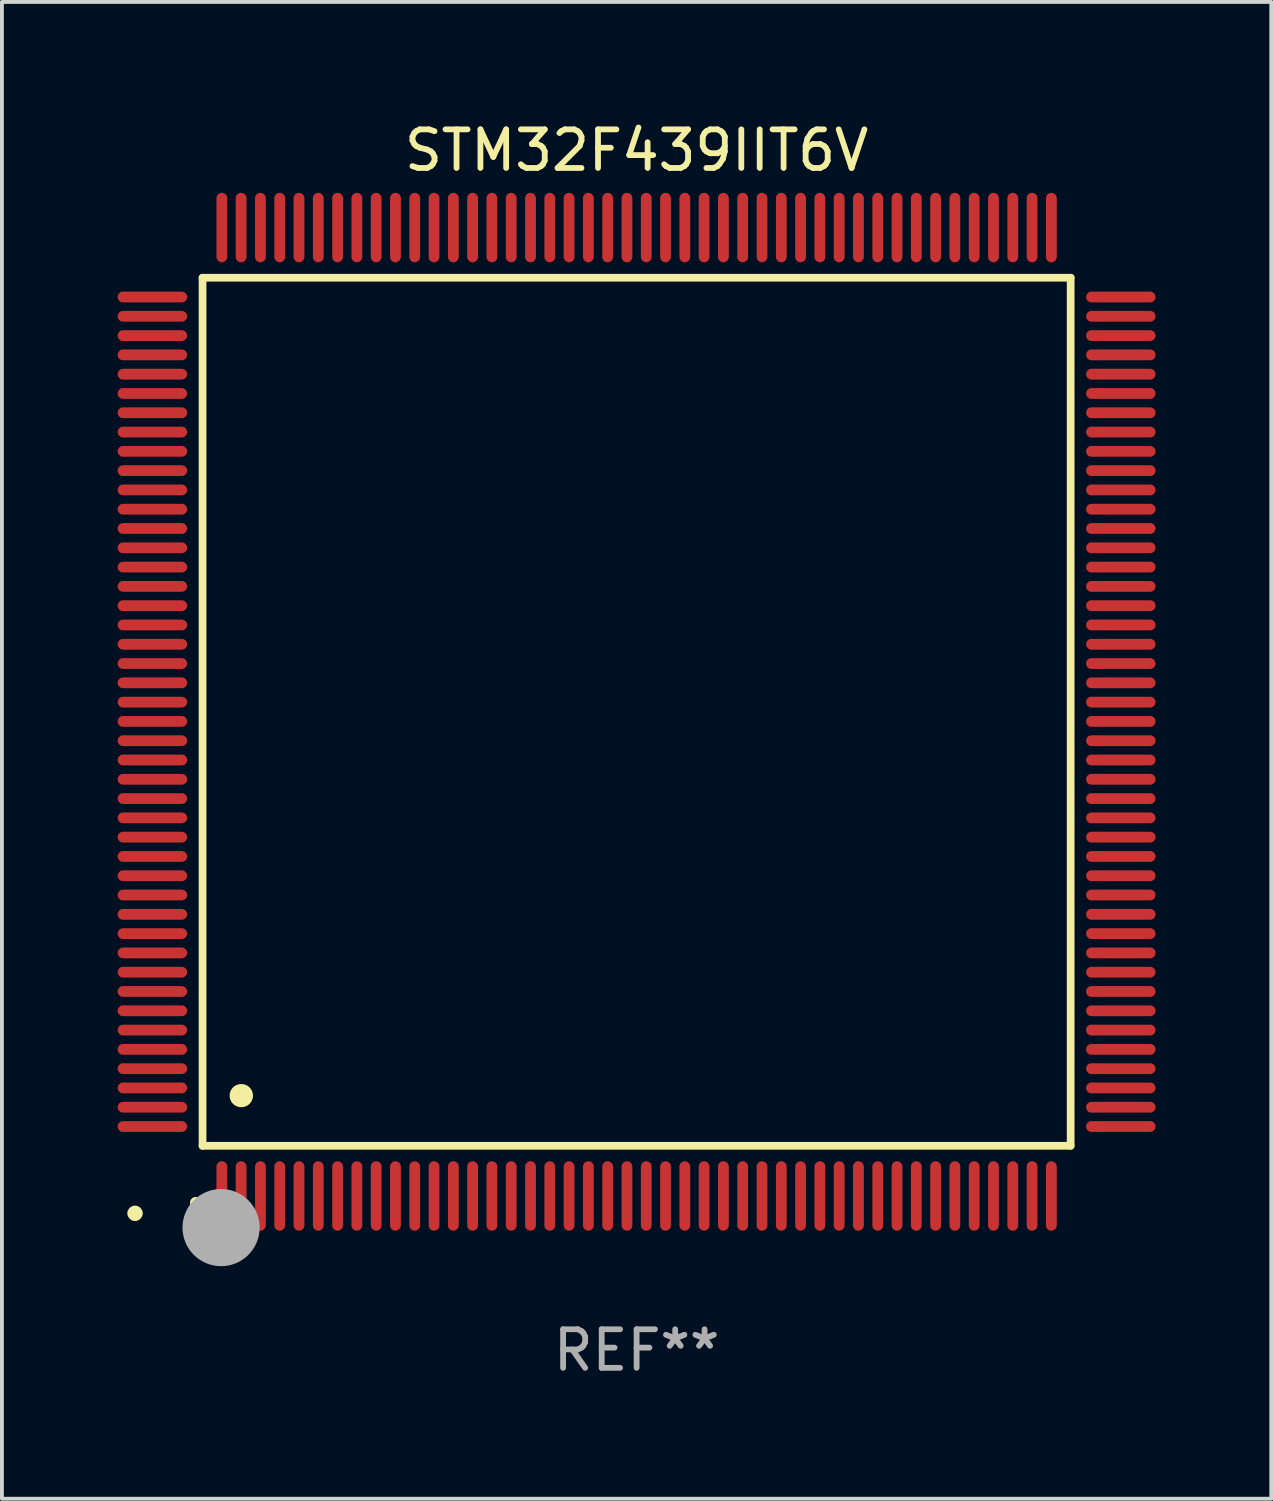
<source format=kicad_pcb>
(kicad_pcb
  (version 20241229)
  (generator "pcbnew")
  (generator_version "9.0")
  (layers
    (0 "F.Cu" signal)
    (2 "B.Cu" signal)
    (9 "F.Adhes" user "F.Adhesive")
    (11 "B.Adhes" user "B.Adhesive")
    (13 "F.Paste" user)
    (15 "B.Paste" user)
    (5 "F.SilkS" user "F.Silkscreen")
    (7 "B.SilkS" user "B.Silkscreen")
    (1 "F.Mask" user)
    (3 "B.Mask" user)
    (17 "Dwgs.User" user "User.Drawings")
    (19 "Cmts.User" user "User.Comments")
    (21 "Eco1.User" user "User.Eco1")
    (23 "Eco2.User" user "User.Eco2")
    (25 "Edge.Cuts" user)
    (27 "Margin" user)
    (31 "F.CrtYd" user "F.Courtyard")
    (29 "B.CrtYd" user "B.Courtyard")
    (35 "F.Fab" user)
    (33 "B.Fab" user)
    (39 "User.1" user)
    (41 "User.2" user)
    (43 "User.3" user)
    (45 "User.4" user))
  (footprint "STM32F439IIT6V"
    (layer "F.Cu")
    (at 13.45 15.398)
    (property "Reference" "STM32F439IIT6V" (at 0 -14.55 0) (layer "F.SilkS") (effects (font (size 1 1) (thickness 0.15))))
    (attr through_hole)
    (fp_line (start -11.25 -11.25) (end 11.25 -11.25) (stroke (width 0.2) (type solid)) (layer "F.SilkS"))
    (fp_line (start -11.25 11.25) (end -11.25 -11.25) (stroke (width 0.2) (type solid)) (layer "F.SilkS"))
    (fp_line (start 11.25 -11.25) (end 11.25 11.25) (stroke (width 0.2) (type solid)) (layer "F.SilkS"))
    (fp_line (start 11.25 11.25) (end -11.25 11.25) (stroke (width 0.2) (type solid)) (layer "F.SilkS"))
    (fp_arc (start -11.424943 12.725425) (mid -11.423673 12.72542) (end -11.422403 12.725425) (stroke (width 0.3) (type solid)) (layer "F.SilkS"))
    (fp_arc (start -10.24892 9.9492) (mid -10.24638 9.949189) (end -10.24384 9.9492) (stroke (width 0.6) (type solid)) (layer "F.SilkS"))
    (fp_circle (center -13 13) (end -12.9 13) (stroke (width 0.2) (type solid)) (fill no) (layer "F.SilkS"))
    (fp_circle (center -10.77 13.37) (end -10.27 13.37) (stroke (width 1) (type solid)) (fill no) (layer "F.Fab"))
    (fp_text user "REF**" (at 0 16.55 0) (layer "F.Fab") (effects (font (size 1 1) (thickness 0.15))))
    (pad "1" smd oval (at -10.75 12.55) (size 0.28 1.8) (layers "F.Cu" "F.Mask" "F.Paste"))
    (pad "2" smd oval (at -10.25 12.55) (size 0.28 1.8) (layers "F.Cu" "F.Mask" "F.Paste"))
    (pad "3" smd oval (at -9.75 12.55) (size 0.28 1.8) (layers "F.Cu" "F.Mask" "F.Paste"))
    (pad "4" smd oval (at -9.25 12.55) (size 0.28 1.8) (layers "F.Cu" "F.Mask" "F.Paste"))
    (pad "5" smd oval (at -8.75 12.55) (size 0.28 1.8) (layers "F.Cu" "F.Mask" "F.Paste"))
    (pad "6" smd oval (at -8.25 12.55) (size 0.28 1.8) (layers "F.Cu" "F.Mask" "F.Paste"))
    (pad "7" smd oval (at -7.75 12.55) (size 0.28 1.8) (layers "F.Cu" "F.Mask" "F.Paste"))
    (pad "8" smd oval (at -7.25 12.55) (size 0.28 1.8) (layers "F.Cu" "F.Mask" "F.Paste"))
    (pad "9" smd oval (at -6.75 12.55) (size 0.28 1.8) (layers "F.Cu" "F.Mask" "F.Paste"))
    (pad "10" smd oval (at -6.25 12.55) (size 0.28 1.8) (layers "F.Cu" "F.Mask" "F.Paste"))
    (pad "11" smd oval (at -5.75 12.55) (size 0.28 1.8) (layers "F.Cu" "F.Mask" "F.Paste"))
    (pad "12" smd oval (at -5.25 12.55) (size 0.28 1.8) (layers "F.Cu" "F.Mask" "F.Paste"))
    (pad "13" smd oval (at -4.75 12.55) (size 0.28 1.8) (layers "F.Cu" "F.Mask" "F.Paste"))
    (pad "14" smd oval (at -4.25 12.55) (size 0.28 1.8) (layers "F.Cu" "F.Mask" "F.Paste"))
    (pad "15" smd oval (at -3.75 12.55) (size 0.28 1.8) (layers "F.Cu" "F.Mask" "F.Paste"))
    (pad "16" smd oval (at -3.25 12.55) (size 0.28 1.8) (layers "F.Cu" "F.Mask" "F.Paste"))
    (pad "17" smd oval (at -2.75 12.55) (size 0.28 1.8) (layers "F.Cu" "F.Mask" "F.Paste"))
    (pad "18" smd oval (at -2.25 12.55) (size 0.28 1.8) (layers "F.Cu" "F.Mask" "F.Paste"))
    (pad "19" smd oval (at -1.75 12.55) (size 0.28 1.8) (layers "F.Cu" "F.Mask" "F.Paste"))
    (pad "20" smd oval (at -1.25 12.55) (size 0.28 1.8) (layers "F.Cu" "F.Mask" "F.Paste"))
    (pad "21" smd oval (at -0.75 12.55) (size 0.28 1.8) (layers "F.Cu" "F.Mask" "F.Paste"))
    (pad "22" smd oval (at -0.25 12.55) (size 0.28 1.8) (layers "F.Cu" "F.Mask" "F.Paste"))
    (pad "23" smd oval (at 0.25 12.55) (size 0.28 1.8) (layers "F.Cu" "F.Mask" "F.Paste"))
    (pad "24" smd oval (at 0.75 12.55) (size 0.28 1.8) (layers "F.Cu" "F.Mask" "F.Paste"))
    (pad "25" smd oval (at 1.25 12.55) (size 0.28 1.8) (layers "F.Cu" "F.Mask" "F.Paste"))
    (pad "26" smd oval (at 1.75 12.55) (size 0.28 1.8) (layers "F.Cu" "F.Mask" "F.Paste"))
    (pad "27" smd oval (at 2.25 12.55) (size 0.28 1.8) (layers "F.Cu" "F.Mask" "F.Paste"))
    (pad "28" smd oval (at 2.75 12.55) (size 0.28 1.8) (layers "F.Cu" "F.Mask" "F.Paste"))
    (pad "29" smd oval (at 3.25 12.55) (size 0.28 1.8) (layers "F.Cu" "F.Mask" "F.Paste"))
    (pad "30" smd oval (at 3.75 12.55) (size 0.28 1.8) (layers "F.Cu" "F.Mask" "F.Paste"))
    (pad "31" smd oval (at 4.25 12.55) (size 0.28 1.8) (layers "F.Cu" "F.Mask" "F.Paste"))
    (pad "32" smd oval (at 4.75 12.55) (size 0.28 1.8) (layers "F.Cu" "F.Mask" "F.Paste"))
    (pad "33" smd oval (at 5.25 12.55) (size 0.28 1.8) (layers "F.Cu" "F.Mask" "F.Paste"))
    (pad "34" smd oval (at 5.75 12.55) (size 0.28 1.8) (layers "F.Cu" "F.Mask" "F.Paste"))
    (pad "35" smd oval (at 6.25 12.55) (size 0.28 1.8) (layers "F.Cu" "F.Mask" "F.Paste"))
    (pad "36" smd oval (at 6.75 12.55) (size 0.28 1.8) (layers "F.Cu" "F.Mask" "F.Paste"))
    (pad "37" smd oval (at 7.25 12.55) (size 0.28 1.8) (layers "F.Cu" "F.Mask" "F.Paste"))
    (pad "38" smd oval (at 7.75 12.55) (size 0.28 1.8) (layers "F.Cu" "F.Mask" "F.Paste"))
    (pad "39" smd oval (at 8.25 12.55) (size 0.28 1.8) (layers "F.Cu" "F.Mask" "F.Paste"))
    (pad "40" smd oval (at 8.75 12.55) (size 0.28 1.8) (layers "F.Cu" "F.Mask" "F.Paste"))
    (pad "41" smd oval (at 9.25 12.55) (size 0.28 1.8) (layers "F.Cu" "F.Mask" "F.Paste"))
    (pad "42" smd oval (at 9.75 12.55) (size 0.28 1.8) (layers "F.Cu" "F.Mask" "F.Paste"))
    (pad "43" smd oval (at 10.25 12.55) (size 0.28 1.8) (layers "F.Cu" "F.Mask" "F.Paste"))
    (pad "44" smd oval (at 10.75 12.55) (size 0.28 1.8) (layers "F.Cu" "F.Mask" "F.Paste"))
    (pad "45" smd oval (at 12.55 10.75) (size 1.8 0.28) (layers "F.Cu" "F.Mask" "F.Paste"))
    (pad "46" smd oval (at 12.55 10.25) (size 1.8 0.28) (layers "F.Cu" "F.Mask" "F.Paste"))
    (pad "47" smd oval (at 12.55 9.75) (size 1.8 0.28) (layers "F.Cu" "F.Mask" "F.Paste"))
    (pad "48" smd oval (at 12.55 9.25) (size 1.8 0.28) (layers "F.Cu" "F.Mask" "F.Paste"))
    (pad "49" smd oval (at 12.55 8.75) (size 1.8 0.28) (layers "F.Cu" "F.Mask" "F.Paste"))
    (pad "50" smd oval (at 12.55 8.25) (size 1.8 0.28) (layers "F.Cu" "F.Mask" "F.Paste"))
    (pad "51" smd oval (at 12.55 7.75) (size 1.8 0.28) (layers "F.Cu" "F.Mask" "F.Paste"))
    (pad "52" smd oval (at 12.55 7.25) (size 1.8 0.28) (layers "F.Cu" "F.Mask" "F.Paste"))
    (pad "53" smd oval (at 12.55 6.75) (size 1.8 0.28) (layers "F.Cu" "F.Mask" "F.Paste"))
    (pad "54" smd oval (at 12.55 6.25) (size 1.8 0.28) (layers "F.Cu" "F.Mask" "F.Paste"))
    (pad "55" smd oval (at 12.55 5.75) (size 1.8 0.28) (layers "F.Cu" "F.Mask" "F.Paste"))
    (pad "56" smd oval (at 12.55 5.25) (size 1.8 0.28) (layers "F.Cu" "F.Mask" "F.Paste"))
    (pad "57" smd oval (at 12.55 4.75) (size 1.8 0.28) (layers "F.Cu" "F.Mask" "F.Paste"))
    (pad "58" smd oval (at 12.55 4.25) (size 1.8 0.28) (layers "F.Cu" "F.Mask" "F.Paste"))
    (pad "59" smd oval (at 12.55 3.75) (size 1.8 0.28) (layers "F.Cu" "F.Mask" "F.Paste"))
    (pad "60" smd oval (at 12.55 3.25) (size 1.8 0.28) (layers "F.Cu" "F.Mask" "F.Paste"))
    (pad "61" smd oval (at 12.55 2.75) (size 1.8 0.28) (layers "F.Cu" "F.Mask" "F.Paste"))
    (pad "62" smd oval (at 12.55 2.25) (size 1.8 0.28) (layers "F.Cu" "F.Mask" "F.Paste"))
    (pad "63" smd oval (at 12.55 1.75) (size 1.8 0.28) (layers "F.Cu" "F.Mask" "F.Paste"))
    (pad "64" smd oval (at 12.55 1.25) (size 1.8 0.28) (layers "F.Cu" "F.Mask" "F.Paste"))
    (pad "65" smd oval (at 12.55 0.75) (size 1.8 0.28) (layers "F.Cu" "F.Mask" "F.Paste"))
    (pad "66" smd oval (at 12.55 0.25) (size 1.8 0.28) (layers "F.Cu" "F.Mask" "F.Paste"))
    (pad "67" smd oval (at 12.55 -0.25) (size 1.8 0.28) (layers "F.Cu" "F.Mask" "F.Paste"))
    (pad "68" smd oval (at 12.55 -0.75) (size 1.8 0.28) (layers "F.Cu" "F.Mask" "F.Paste"))
    (pad "69" smd oval (at 12.55 -1.25) (size 1.8 0.28) (layers "F.Cu" "F.Mask" "F.Paste"))
    (pad "70" smd oval (at 12.55 -1.75) (size 1.8 0.28) (layers "F.Cu" "F.Mask" "F.Paste"))
    (pad "71" smd oval (at 12.55 -2.25) (size 1.8 0.28) (layers "F.Cu" "F.Mask" "F.Paste"))
    (pad "72" smd oval (at 12.55 -2.75) (size 1.8 0.28) (layers "F.Cu" "F.Mask" "F.Paste"))
    (pad "73" smd oval (at 12.55 -3.25) (size 1.8 0.28) (layers "F.Cu" "F.Mask" "F.Paste"))
    (pad "74" smd oval (at 12.55 -3.75) (size 1.8 0.28) (layers "F.Cu" "F.Mask" "F.Paste"))
    (pad "75" smd oval (at 12.55 -4.25) (size 1.8 0.28) (layers "F.Cu" "F.Mask" "F.Paste"))
    (pad "76" smd oval (at 12.55 -4.75) (size 1.8 0.28) (layers "F.Cu" "F.Mask" "F.Paste"))
    (pad "77" smd oval (at 12.55 -5.25) (size 1.8 0.28) (layers "F.Cu" "F.Mask" "F.Paste"))
    (pad "78" smd oval (at 12.55 -5.75) (size 1.8 0.28) (layers "F.Cu" "F.Mask" "F.Paste"))
    (pad "79" smd oval (at 12.55 -6.25) (size 1.8 0.28) (layers "F.Cu" "F.Mask" "F.Paste"))
    (pad "80" smd oval (at 12.55 -6.75) (size 1.8 0.28) (layers "F.Cu" "F.Mask" "F.Paste"))
    (pad "81" smd oval (at 12.55 -7.25) (size 1.8 0.28) (layers "F.Cu" "F.Mask" "F.Paste"))
    (pad "82" smd oval (at 12.55 -7.75) (size 1.8 0.28) (layers "F.Cu" "F.Mask" "F.Paste"))
    (pad "83" smd oval (at 12.55 -8.25) (size 1.8 0.28) (layers "F.Cu" "F.Mask" "F.Paste"))
    (pad "84" smd oval (at 12.55 -8.75) (size 1.8 0.28) (layers "F.Cu" "F.Mask" "F.Paste"))
    (pad "85" smd oval (at 12.55 -9.25) (size 1.8 0.28) (layers "F.Cu" "F.Mask" "F.Paste"))
    (pad "86" smd oval (at 12.55 -9.75) (size 1.8 0.28) (layers "F.Cu" "F.Mask" "F.Paste"))
    (pad "87" smd oval (at 12.55 -10.25) (size 1.8 0.28) (layers "F.Cu" "F.Mask" "F.Paste"))
    (pad "88" smd oval (at 12.55 -10.75) (size 1.8 0.28) (layers "F.Cu" "F.Mask" "F.Paste"))
    (pad "89" smd oval (at 10.75 -12.55) (size 0.28 1.8) (layers "F.Cu" "F.Mask" "F.Paste"))
    (pad "90" smd oval (at 10.25 -12.55) (size 0.28 1.8) (layers "F.Cu" "F.Mask" "F.Paste"))
    (pad "91" smd oval (at 9.75 -12.55) (size 0.28 1.8) (layers "F.Cu" "F.Mask" "F.Paste"))
    (pad "92" smd oval (at 9.25 -12.55) (size 0.28 1.8) (layers "F.Cu" "F.Mask" "F.Paste"))
    (pad "93" smd oval (at 8.75 -12.55) (size 0.28 1.8) (layers "F.Cu" "F.Mask" "F.Paste"))
    (pad "94" smd oval (at 8.25 -12.55) (size 0.28 1.8) (layers "F.Cu" "F.Mask" "F.Paste"))
    (pad "95" smd oval (at 7.75 -12.55) (size 0.28 1.8) (layers "F.Cu" "F.Mask" "F.Paste"))
    (pad "96" smd oval (at 7.25 -12.55) (size 0.28 1.8) (layers "F.Cu" "F.Mask" "F.Paste"))
    (pad "97" smd oval (at 6.75 -12.55) (size 0.28 1.8) (layers "F.Cu" "F.Mask" "F.Paste"))
    (pad "98" smd oval (at 6.25 -12.55) (size 0.28 1.8) (layers "F.Cu" "F.Mask" "F.Paste"))
    (pad "99" smd oval (at 5.75 -12.55) (size 0.28 1.8) (layers "F.Cu" "F.Mask" "F.Paste"))
    (pad "100" smd oval (at 5.25 -12.55) (size 0.28 1.8) (layers "F.Cu" "F.Mask" "F.Paste"))
    (pad "101" smd oval (at 4.75 -12.55) (size 0.28 1.8) (layers "F.Cu" "F.Mask" "F.Paste"))
    (pad "102" smd oval (at 4.25 -12.55) (size 0.28 1.8) (layers "F.Cu" "F.Mask" "F.Paste"))
    (pad "103" smd oval (at 3.75 -12.55) (size 0.28 1.8) (layers "F.Cu" "F.Mask" "F.Paste"))
    (pad "104" smd oval (at 3.25 -12.55) (size 0.28 1.8) (layers "F.Cu" "F.Mask" "F.Paste"))
    (pad "105" smd oval (at 2.75 -12.55) (size 0.28 1.8) (layers "F.Cu" "F.Mask" "F.Paste"))
    (pad "106" smd oval (at 2.25 -12.55) (size 0.28 1.8) (layers "F.Cu" "F.Mask" "F.Paste"))
    (pad "107" smd oval (at 1.75 -12.55) (size 0.28 1.8) (layers "F.Cu" "F.Mask" "F.Paste"))
    (pad "108" smd oval (at 1.25 -12.55) (size 0.28 1.8) (layers "F.Cu" "F.Mask" "F.Paste"))
    (pad "109" smd oval (at 0.75 -12.55) (size 0.28 1.8) (layers "F.Cu" "F.Mask" "F.Paste"))
    (pad "110" smd oval (at 0.25 -12.55) (size 0.28 1.8) (layers "F.Cu" "F.Mask" "F.Paste"))
    (pad "111" smd oval (at -0.25 -12.55) (size 0.28 1.8) (layers "F.Cu" "F.Mask" "F.Paste"))
    (pad "112" smd oval (at -0.75 -12.55) (size 0.28 1.8) (layers "F.Cu" "F.Mask" "F.Paste"))
    (pad "113" smd oval (at -1.25 -12.55) (size 0.28 1.8) (layers "F.Cu" "F.Mask" "F.Paste"))
    (pad "114" smd oval (at -1.75 -12.55) (size 0.28 1.8) (layers "F.Cu" "F.Mask" "F.Paste"))
    (pad "115" smd oval (at -2.25 -12.55) (size 0.28 1.8) (layers "F.Cu" "F.Mask" "F.Paste"))
    (pad "116" smd oval (at -2.75 -12.55) (size 0.28 1.8) (layers "F.Cu" "F.Mask" "F.Paste"))
    (pad "117" smd oval (at -3.25 -12.55) (size 0.28 1.8) (layers "F.Cu" "F.Mask" "F.Paste"))
    (pad "118" smd oval (at -3.75 -12.55) (size 0.28 1.8) (layers "F.Cu" "F.Mask" "F.Paste"))
    (pad "119" smd oval (at -4.25 -12.55) (size 0.28 1.8) (layers "F.Cu" "F.Mask" "F.Paste"))
    (pad "120" smd oval (at -4.75 -12.55) (size 0.28 1.8) (layers "F.Cu" "F.Mask" "F.Paste"))
    (pad "121" smd oval (at -5.25 -12.55) (size 0.28 1.8) (layers "F.Cu" "F.Mask" "F.Paste"))
    (pad "122" smd oval (at -5.75 -12.55) (size 0.28 1.8) (layers "F.Cu" "F.Mask" "F.Paste"))
    (pad "123" smd oval (at -6.25 -12.55) (size 0.28 1.8) (layers "F.Cu" "F.Mask" "F.Paste"))
    (pad "124" smd oval (at -6.75 -12.55) (size 0.28 1.8) (layers "F.Cu" "F.Mask" "F.Paste"))
    (pad "125" smd oval (at -7.25 -12.55) (size 0.28 1.8) (layers "F.Cu" "F.Mask" "F.Paste"))
    (pad "126" smd oval (at -7.75 -12.55) (size 0.28 1.8) (layers "F.Cu" "F.Mask" "F.Paste"))
    (pad "127" smd oval (at -8.25 -12.55) (size 0.28 1.8) (layers "F.Cu" "F.Mask" "F.Paste"))
    (pad "128" smd oval (at -8.75 -12.55) (size 0.28 1.8) (layers "F.Cu" "F.Mask" "F.Paste"))
    (pad "129" smd oval (at -9.25 -12.55) (size 0.28 1.8) (layers "F.Cu" "F.Mask" "F.Paste"))
    (pad "130" smd oval (at -9.75 -12.55) (size 0.28 1.8) (layers "F.Cu" "F.Mask" "F.Paste"))
    (pad "131" smd oval (at -10.25 -12.55) (size 0.28 1.8) (layers "F.Cu" "F.Mask" "F.Paste"))
    (pad "132" smd oval (at -10.75 -12.55) (size 0.28 1.8) (layers "F.Cu" "F.Mask" "F.Paste"))
    (pad "133" smd oval (at -12.55 -10.75) (size 1.8 0.28) (layers "F.Cu" "F.Mask" "F.Paste"))
    (pad "134" smd oval (at -12.55 -10.25) (size 1.8 0.28) (layers "F.Cu" "F.Mask" "F.Paste"))
    (pad "135" smd oval (at -12.55 -9.75) (size 1.8 0.28) (layers "F.Cu" "F.Mask" "F.Paste"))
    (pad "136" smd oval (at -12.55 -9.25) (size 1.8 0.28) (layers "F.Cu" "F.Mask" "F.Paste"))
    (pad "137" smd oval (at -12.55 -8.75) (size 1.8 0.28) (layers "F.Cu" "F.Mask" "F.Paste"))
    (pad "138" smd oval (at -12.55 -8.25) (size 1.8 0.28) (layers "F.Cu" "F.Mask" "F.Paste"))
    (pad "139" smd oval (at -12.55 -7.75) (size 1.8 0.28) (layers "F.Cu" "F.Mask" "F.Paste"))
    (pad "140" smd oval (at -12.55 -7.25) (size 1.8 0.28) (layers "F.Cu" "F.Mask" "F.Paste"))
    (pad "141" smd oval (at -12.55 -6.75) (size 1.8 0.28) (layers "F.Cu" "F.Mask" "F.Paste"))
    (pad "142" smd oval (at -12.55 -6.25) (size 1.8 0.28) (layers "F.Cu" "F.Mask" "F.Paste"))
    (pad "143" smd oval (at -12.55 -5.75) (size 1.8 0.28) (layers "F.Cu" "F.Mask" "F.Paste"))
    (pad "144" smd oval (at -12.55 -5.25) (size 1.8 0.28) (layers "F.Cu" "F.Mask" "F.Paste"))
    (pad "145" smd oval (at -12.55 -4.75) (size 1.8 0.28) (layers "F.Cu" "F.Mask" "F.Paste"))
    (pad "146" smd oval (at -12.55 -4.25) (size 1.8 0.28) (layers "F.Cu" "F.Mask" "F.Paste"))
    (pad "147" smd oval (at -12.55 -3.75) (size 1.8 0.28) (layers "F.Cu" "F.Mask" "F.Paste"))
    (pad "148" smd oval (at -12.55 -3.25) (size 1.8 0.28) (layers "F.Cu" "F.Mask" "F.Paste"))
    (pad "149" smd oval (at -12.55 -2.75) (size 1.8 0.28) (layers "F.Cu" "F.Mask" "F.Paste"))
    (pad "150" smd oval (at -12.55 -2.25) (size 1.8 0.28) (layers "F.Cu" "F.Mask" "F.Paste"))
    (pad "151" smd oval (at -12.55 -1.75) (size 1.8 0.28) (layers "F.Cu" "F.Mask" "F.Paste"))
    (pad "152" smd oval (at -12.55 -1.25) (size 1.8 0.28) (layers "F.Cu" "F.Mask" "F.Paste"))
    (pad "153" smd oval (at -12.55 -0.75) (size 1.8 0.28) (layers "F.Cu" "F.Mask" "F.Paste"))
    (pad "154" smd oval (at -12.55 -0.25) (size 1.8 0.28) (layers "F.Cu" "F.Mask" "F.Paste"))
    (pad "155" smd oval (at -12.55 0.25) (size 1.8 0.28) (layers "F.Cu" "F.Mask" "F.Paste"))
    (pad "156" smd oval (at -12.55 0.75) (size 1.8 0.28) (layers "F.Cu" "F.Mask" "F.Paste"))
    (pad "157" smd oval (at -12.55 1.25) (size 1.8 0.28) (layers "F.Cu" "F.Mask" "F.Paste"))
    (pad "158" smd oval (at -12.55 1.75) (size 1.8 0.28) (layers "F.Cu" "F.Mask" "F.Paste"))
    (pad "159" smd oval (at -12.55 2.25) (size 1.8 0.28) (layers "F.Cu" "F.Mask" "F.Paste"))
    (pad "160" smd oval (at -12.55 2.75) (size 1.8 0.28) (layers "F.Cu" "F.Mask" "F.Paste"))
    (pad "161" smd oval (at -12.55 3.25) (size 1.8 0.28) (layers "F.Cu" "F.Mask" "F.Paste"))
    (pad "162" smd oval (at -12.55 3.75) (size 1.8 0.28) (layers "F.Cu" "F.Mask" "F.Paste"))
    (pad "163" smd oval (at -12.55 4.25) (size 1.8 0.28) (layers "F.Cu" "F.Mask" "F.Paste"))
    (pad "164" smd oval (at -12.55 4.75) (size 1.8 0.28) (layers "F.Cu" "F.Mask" "F.Paste"))
    (pad "165" smd oval (at -12.55 5.25) (size 1.8 0.28) (layers "F.Cu" "F.Mask" "F.Paste"))
    (pad "166" smd oval (at -12.55 5.75) (size 1.8 0.28) (layers "F.Cu" "F.Mask" "F.Paste"))
    (pad "167" smd oval (at -12.55 6.25) (size 1.8 0.28) (layers "F.Cu" "F.Mask" "F.Paste"))
    (pad "168" smd oval (at -12.55 6.75) (size 1.8 0.28) (layers "F.Cu" "F.Mask" "F.Paste"))
    (pad "169" smd oval (at -12.55 7.25) (size 1.8 0.28) (layers "F.Cu" "F.Mask" "F.Paste"))
    (pad "170" smd oval (at -12.55 7.75) (size 1.8 0.28) (layers "F.Cu" "F.Mask" "F.Paste"))
    (pad "171" smd oval (at -12.55 8.25) (size 1.8 0.28) (layers "F.Cu" "F.Mask" "F.Paste"))
    (pad "172" smd oval (at -12.55 8.75) (size 1.8 0.28) (layers "F.Cu" "F.Mask" "F.Paste"))
    (pad "173" smd oval (at -12.55 9.25) (size 1.8 0.28) (layers "F.Cu" "F.Mask" "F.Paste"))
    (pad "174" smd oval (at -12.55 9.75) (size 1.8 0.28) (layers "F.Cu" "F.Mask" "F.Paste"))
    (pad "175" smd oval (at -12.55 10.25) (size 1.8 0.28) (layers "F.Cu" "F.Mask" "F.Paste"))
    (pad "176" smd oval (at -12.55 10.75) (size 1.8 0.28) (layers "F.Cu" "F.Mask" "F.Paste")))
  (gr_rect
    (start -3 -3)
    (end 29.9 35.796)
    (stroke (width 0.1) (type default))
    (fill no)
    (layer "Edge.Cuts")))
</source>
